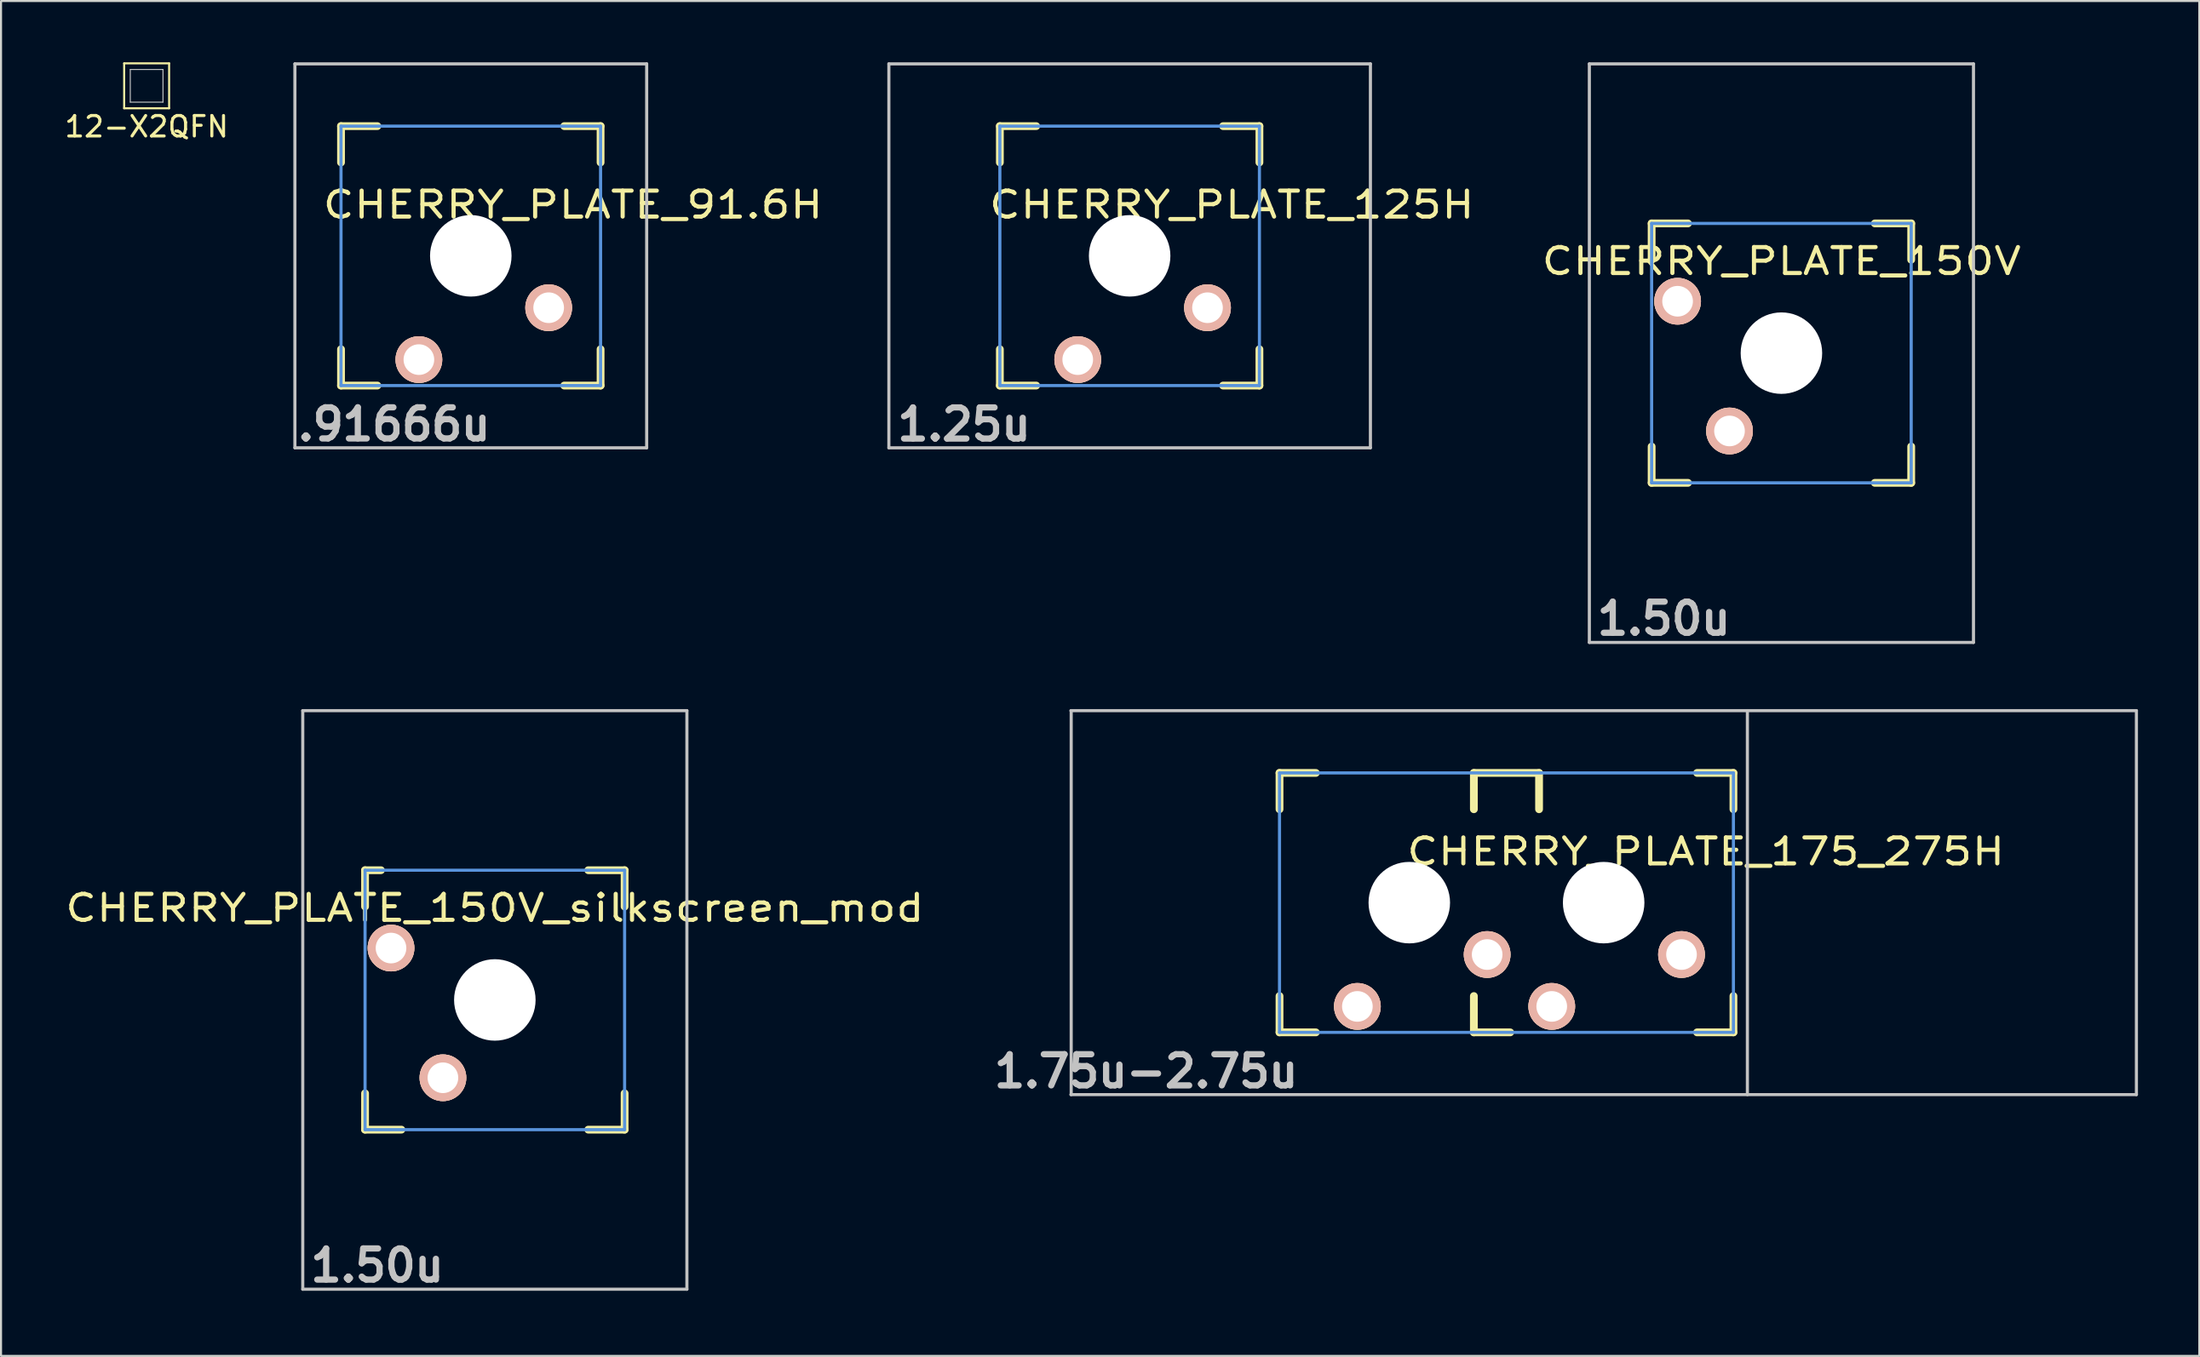
<source format=kicad_pcb>
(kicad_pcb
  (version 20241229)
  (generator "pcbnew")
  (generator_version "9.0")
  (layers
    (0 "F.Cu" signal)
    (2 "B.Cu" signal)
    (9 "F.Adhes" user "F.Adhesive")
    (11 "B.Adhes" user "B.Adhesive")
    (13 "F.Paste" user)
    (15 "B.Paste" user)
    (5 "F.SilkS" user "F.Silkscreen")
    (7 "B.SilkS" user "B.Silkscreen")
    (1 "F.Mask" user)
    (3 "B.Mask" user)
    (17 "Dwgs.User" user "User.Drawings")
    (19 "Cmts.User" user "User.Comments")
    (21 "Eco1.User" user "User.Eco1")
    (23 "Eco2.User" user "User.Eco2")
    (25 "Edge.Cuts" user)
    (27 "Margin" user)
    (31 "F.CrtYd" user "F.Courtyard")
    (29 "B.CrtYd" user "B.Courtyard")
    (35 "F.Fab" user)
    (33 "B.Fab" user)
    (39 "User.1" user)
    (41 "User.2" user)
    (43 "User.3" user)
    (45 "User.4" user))
  (footprint "CHERRY_PLATE_150V"
    (layer "F.Cu")
    (at 84.114 14.237)
    (property "Reference" "CHERRY_PLATE_150V" (at 0 -4.5 0) (layer "F.SilkS") (effects (font (size 1.27 1.524) (thickness 0.203))))
    (attr through_hole)
    (fp_line (start -6.35 -6.35) (end -4.572 -6.35) (stroke (width 0.381) (type solid)) (layer "F.SilkS"))
    (fp_line (start -6.35 -4.572) (end -6.35 -6.35) (stroke (width 0.381) (type solid)) (layer "F.SilkS"))
    (fp_line (start -6.35 6.35) (end -6.35 4.572) (stroke (width 0.381) (type solid)) (layer "F.SilkS"))
    (fp_line (start -4.572 6.35) (end -6.35 6.35) (stroke (width 0.381) (type solid)) (layer "F.SilkS"))
    (fp_line (start 4.572 -6.35) (end 6.35 -6.35) (stroke (width 0.381) (type solid)) (layer "F.SilkS"))
    (fp_line (start 6.35 -6.35) (end 6.35 -4.572) (stroke (width 0.381) (type solid)) (layer "F.SilkS"))
    (fp_line (start 6.35 4.572) (end 6.35 6.35) (stroke (width 0.381) (type solid)) (layer "F.SilkS"))
    (fp_line (start 6.35 6.35) (end 4.572 6.35) (stroke (width 0.381) (type solid)) (layer "F.SilkS"))
    (fp_line (start -9.398 -14.161) (end 9.398 -14.161) (stroke (width 0.152) (type solid)) (layer "Dwgs.User"))
    (fp_line (start -9.398 14.161) (end -9.398 -14.161) (stroke (width 0.152) (type solid)) (layer "Dwgs.User"))
    (fp_line (start 9.398 -14.161) (end 9.398 14.161) (stroke (width 0.152) (type solid)) (layer "Dwgs.User"))
    (fp_line (start 9.398 14.161) (end -9.398 14.161) (stroke (width 0.152) (type solid)) (layer "Dwgs.User"))
    (fp_line (start -6.35 -6.35) (end 6.35 -6.35) (stroke (width 0.152) (type solid)) (layer "Cmts.User"))
    (fp_line (start -6.35 6.35) (end -6.35 -6.35) (stroke (width 0.152) (type solid)) (layer "Cmts.User"))
    (fp_line (start 6.35 -6.35) (end 6.35 6.35) (stroke (width 0.152) (type solid)) (layer "Cmts.User"))
    (fp_line (start 6.35 6.35) (end -6.35 6.35) (stroke (width 0.152) (type solid)) (layer "Cmts.User"))
    (fp_text user "1.50u" (at -5.75 13 180) (layer "Dwgs.User") (effects (font (size 1.524 1.524) (thickness 0.305))))
    (pad "" np_thru_hole circle (at 0 0 90) (size 3.988 3.988) (drill 3.988) (layers "*.Cu"))
    (pad "1" thru_hole circle (at -5.08 -2.54 90) (size 2.286 2.286) (drill 1.499) (layers "*.Cu" "*.SilkS" "*.Mask"))
    (pad "2" thru_hole circle (at -2.54 3.81 90) (size 2.286 2.286) (drill 1.499) (layers "*.Cu" "*.SilkS" "*.Mask")))
  (footprint "CHERRY_PLATE_125H"
    (layer "F.Cu")
    (at 52.223 9.474)
    (property "Reference" "CHERRY_PLATE_125H" (at 5 -2.5 0) (layer "F.SilkS") (effects (font (size 1.27 1.524) (thickness 0.203))))
    (attr through_hole)
    (fp_line (start -6.35 -6.35) (end -4.572 -6.35) (stroke (width 0.381) (type solid)) (layer "F.SilkS"))
    (fp_line (start -6.35 -4.572) (end -6.35 -6.35) (stroke (width 0.381) (type solid)) (layer "F.SilkS"))
    (fp_line (start -6.35 6.35) (end -6.35 4.572) (stroke (width 0.381) (type solid)) (layer "F.SilkS"))
    (fp_line (start -4.572 6.35) (end -6.35 6.35) (stroke (width 0.381) (type solid)) (layer "F.SilkS"))
    (fp_line (start 4.572 -6.35) (end 6.35 -6.35) (stroke (width 0.381) (type solid)) (layer "F.SilkS"))
    (fp_line (start 6.35 -6.35) (end 6.35 -4.572) (stroke (width 0.381) (type solid)) (layer "F.SilkS"))
    (fp_line (start 6.35 4.572) (end 6.35 6.35) (stroke (width 0.381) (type solid)) (layer "F.SilkS"))
    (fp_line (start 6.35 6.35) (end 4.572 6.35) (stroke (width 0.381) (type solid)) (layer "F.SilkS"))
    (fp_line (start -11.781 -9.398) (end 11.781 -9.398) (stroke (width 0.152) (type solid)) (layer "Dwgs.User"))
    (fp_line (start -11.781 9.398) (end -11.781 -9.398) (stroke (width 0.152) (type solid)) (layer "Dwgs.User"))
    (fp_line (start 11.781 -9.398) (end 11.781 9.398) (stroke (width 0.152) (type solid)) (layer "Dwgs.User"))
    (fp_line (start 11.781 9.398) (end -11.781 9.398) (stroke (width 0.152) (type solid)) (layer "Dwgs.User"))
    (fp_line (start -6.35 -6.35) (end 6.35 -6.35) (stroke (width 0.152) (type solid)) (layer "Cmts.User"))
    (fp_line (start -6.35 6.35) (end -6.35 -6.35) (stroke (width 0.152) (type solid)) (layer "Cmts.User"))
    (fp_line (start 6.35 -6.35) (end 6.35 6.35) (stroke (width 0.152) (type solid)) (layer "Cmts.User"))
    (fp_line (start 6.35 6.35) (end -6.35 6.35) (stroke (width 0.152) (type solid)) (layer "Cmts.User"))
    (fp_text user "1.25u" (at -8.098 8.255 0) (layer "Dwgs.User") (effects (font (size 1.524 1.524) (thickness 0.305))))
    (pad "" np_thru_hole circle (at 0 0 180) (size 3.988 3.988) (drill 3.988) (layers "*.Cu"))
    (pad "1" thru_hole circle (at -2.54 5.08 180) (size 2.286 2.286) (drill 1.499) (layers "*.Cu" "*.SilkS" "*.Mask"))
    (pad "2" thru_hole circle (at 3.81 2.54 180) (size 2.286 2.286) (drill 1.499) (layers "*.Cu" "*.SilkS" "*.Mask")))
  (footprint "12-X2QFN"
    (layer "F.Cu")
    (at 4.125 1.15)
    (property "Reference" "12-X2QFN" (at 0 2 0) (layer "F.SilkS") (effects (font (size 1 1) (thickness 0.15))))
    (attr through_hole)
    (fp_line (start -1.1 -1.1) (end -1.1 1.1) (stroke (width 0.1) (type solid)) (layer "F.SilkS"))
    (fp_line (start -1.1 -1.1) (end 1.1 -1.1) (stroke (width 0.1) (type solid)) (layer "F.SilkS"))
    (fp_line (start -1.1 1.1) (end 1.1 1.1) (stroke (width 0.1) (type solid)) (layer "F.SilkS"))
    (fp_line (start 1.1 1.1) (end 1.1 -1.1) (stroke (width 0.1) (type solid)) (layer "F.SilkS"))
    (fp_line (start -0.8 -0.8) (end -0.8 0.8) (stroke (width 0.05) (type solid)) (layer "Dwgs.User"))
    (fp_line (start -0.8 0.8) (end 0.8 0.8) (stroke (width 0.05) (type solid)) (layer "Dwgs.User"))
    (fp_line (start 0.8 -0.8) (end -0.8 -0.8) (stroke (width 0.05) (type solid)) (layer "Dwgs.User"))
    (fp_line (start 0.8 0.8) (end 0.8 -0.8) (stroke (width 0.05) (type solid)) (layer "Dwgs.User")))
  (footprint "CHERRY_PLATE_175_275H"
    (layer "F.Cu")
    (at 75.416 41.137)
    (property "Reference" "CHERRY_PLATE_175_275H" (at 5 -2.5 0) (layer "F.SilkS") (effects (font (size 1.27 1.524) (thickness 0.203))))
    (attr through_hole)
    (fp_line (start -15.86 -6.35) (end -14.082 -6.35) (stroke (width 0.381) (type solid)) (layer "F.SilkS"))
    (fp_line (start -15.86 -4.572) (end -15.86 -6.35) (stroke (width 0.381) (type solid)) (layer "F.SilkS"))
    (fp_line (start -15.86 6.35) (end -15.86 4.572) (stroke (width 0.381) (type solid)) (layer "F.SilkS"))
    (fp_line (start -15.86 6.35) (end -14.082 6.35) (stroke (width 0.381) (type solid)) (layer "F.SilkS"))
    (fp_line (start -6.35 -6.35) (end -3.16 -6.35) (stroke (width 0.381) (type solid)) (layer "F.SilkS"))
    (fp_line (start -6.35 -4.572) (end -6.35 -6.35) (stroke (width 0.381) (type solid)) (layer "F.SilkS"))
    (fp_line (start -6.35 6.35) (end -6.35 4.572) (stroke (width 0.381) (type solid)) (layer "F.SilkS"))
    (fp_line (start -4.572 6.35) (end -6.35 6.35) (stroke (width 0.381) (type solid)) (layer "F.SilkS"))
    (fp_line (start -3.16 -6.35) (end -3.16 -4.572) (stroke (width 0.381) (type solid)) (layer "F.SilkS"))
    (fp_line (start 4.572 -6.35) (end 6.35 -6.35) (stroke (width 0.381) (type solid)) (layer "F.SilkS"))
    (fp_line (start 6.35 -6.35) (end 6.35 -4.572) (stroke (width 0.381) (type solid)) (layer "F.SilkS"))
    (fp_line (start 6.35 4.572) (end 6.35 6.35) (stroke (width 0.381) (type solid)) (layer "F.SilkS"))
    (fp_line (start 6.35 6.35) (end 4.572 6.35) (stroke (width 0.381) (type solid)) (layer "F.SilkS"))
    (fp_line (start -26.068 -9.398) (end 26.068 -9.398) (stroke (width 0.152) (type solid)) (layer "Dwgs.User"))
    (fp_line (start -26.053 9.398) (end -26.053 -9.398) (stroke (width 0.152) (type solid)) (layer "Dwgs.User"))
    (fp_line (start 7.033 -9.398) (end 7.033 9.398) (stroke (width 0.152) (type solid)) (layer "Dwgs.User"))
    (fp_line (start 26.068 -9.398) (end 26.068 9.398) (stroke (width 0.152) (type solid)) (layer "Dwgs.User"))
    (fp_line (start 26.068 9.398) (end -26.068 9.398) (stroke (width 0.152) (type solid)) (layer "Dwgs.User"))
    (fp_line (start -15.86 -6.35) (end 6.35 -6.35) (stroke (width 0.152) (type solid)) (layer "Cmts.User"))
    (fp_line (start -15.86 6.35) (end -15.86 -6.35) (stroke (width 0.152) (type solid)) (layer "Cmts.User"))
    (fp_line (start 6.35 -6.35) (end 6.35 6.35) (stroke (width 0.152) (type solid)) (layer "Cmts.User"))
    (fp_line (start 6.35 6.35) (end -15.86 6.35) (stroke (width 0.152) (type solid)) (layer "Cmts.User"))
    (fp_text user "1.75u-2.75u" (at -22.385 8.255 0) (layer "Dwgs.User") (effects (font (size 1.524 1.524) (thickness 0.305))))
    (pad "" np_thru_hole circle (at -9.51 0 180) (size 3.988 3.988) (drill 3.988) (layers "*.Cu"))
    (pad "" np_thru_hole circle (at 0 0 180) (size 3.988 3.988) (drill 3.988) (layers "*.Cu"))
    (pad "1" thru_hole circle (at -12.05 5.08 180) (size 2.286 2.286) (drill 1.499) (layers "*.Cu" "*.SilkS" "*.Mask"))
    (pad "1" thru_hole circle (at -2.54 5.08 180) (size 2.286 2.286) (drill 1.499) (layers "*.Cu" "*.SilkS" "*.Mask"))
    (pad "2" thru_hole circle (at -5.7 2.54 180) (size 2.286 2.286) (drill 1.499) (layers "*.Cu" "*.SilkS" "*.Mask"))
    (pad "2" thru_hole circle (at 3.81 2.54 180) (size 2.286 2.286) (drill 1.499) (layers "*.Cu" "*.SilkS" "*.Mask")))
  (footprint "CHERRY_PLATE_150V_silkscreen_mod"
    (layer "F.Cu")
    (at 21.162 45.9)
    (property "Reference" "CHERRY_PLATE_150V_silkscreen_mod" (at 0 -4.5 0) (layer "F.SilkS") (effects (font (size 1.27 1.524) (thickness 0.203))))
    (attr through_hole)
    (fp_line (start -6.35 -6.35) (end -5.572 -6.35) (stroke (width 0.381) (type solid)) (layer "F.SilkS"))
    (fp_line (start -6.35 -4.572) (end -6.35 -6.35) (stroke (width 0.381) (type solid)) (layer "F.SilkS"))
    (fp_line (start -6.35 6.35) (end -6.35 4.572) (stroke (width 0.381) (type solid)) (layer "F.SilkS"))
    (fp_line (start -4.572 6.35) (end -6.35 6.35) (stroke (width 0.381) (type solid)) (layer "F.SilkS"))
    (fp_line (start 4.572 -6.35) (end 6.35 -6.35) (stroke (width 0.381) (type solid)) (layer "F.SilkS"))
    (fp_line (start 6.35 -6.35) (end 6.35 -4.572) (stroke (width 0.381) (type solid)) (layer "F.SilkS"))
    (fp_line (start 6.35 4.572) (end 6.35 6.35) (stroke (width 0.381) (type solid)) (layer "F.SilkS"))
    (fp_line (start 6.35 6.35) (end 4.572 6.35) (stroke (width 0.381) (type solid)) (layer "F.SilkS"))
    (fp_line (start -9.398 -14.161) (end 9.398 -14.161) (stroke (width 0.152) (type solid)) (layer "Dwgs.User"))
    (fp_line (start -9.398 14.161) (end -9.398 -14.161) (stroke (width 0.152) (type solid)) (layer "Dwgs.User"))
    (fp_line (start 9.398 -14.161) (end 9.398 14.161) (stroke (width 0.152) (type solid)) (layer "Dwgs.User"))
    (fp_line (start 9.398 14.161) (end -9.398 14.161) (stroke (width 0.152) (type solid)) (layer "Dwgs.User"))
    (fp_line (start -6.35 -6.35) (end 6.35 -6.35) (stroke (width 0.152) (type solid)) (layer "Cmts.User"))
    (fp_line (start -6.35 6.35) (end -6.35 -6.35) (stroke (width 0.152) (type solid)) (layer "Cmts.User"))
    (fp_line (start 6.35 -6.35) (end 6.35 6.35) (stroke (width 0.152) (type solid)) (layer "Cmts.User"))
    (fp_line (start 6.35 6.35) (end -6.35 6.35) (stroke (width 0.152) (type solid)) (layer "Cmts.User"))
    (fp_text user "1.50u" (at -5.75 13 180) (layer "Dwgs.User") (effects (font (size 1.524 1.524) (thickness 0.305))))
    (pad "" np_thru_hole circle (at 0 0 90) (size 3.988 3.988) (drill 3.988) (layers "*.Cu"))
    (pad "1" thru_hole circle (at -5.08 -2.54 90) (size 2.286 2.286) (drill 1.499) (layers "*.Cu" "*.SilkS" "*.Mask"))
    (pad "2" thru_hole circle (at -2.54 3.81 90) (size 2.286 2.286) (drill 1.499) (layers "*.Cu" "*.SilkS" "*.Mask")))
  (footprint "CHERRY_PLATE_91.6H"
    (layer "F.Cu")
    (at 19.986 9.474)
    (property "Reference" "CHERRY_PLATE_91.6H" (at 5 -2.5 180) (layer "F.SilkS") (effects (font (size 1.27 1.524) (thickness 0.203))))
    (attr through_hole)
    (fp_line (start -6.35 -6.35) (end -4.572 -6.35) (stroke (width 0.381) (type solid)) (layer "F.SilkS"))
    (fp_line (start -6.35 -4.572) (end -6.35 -6.35) (stroke (width 0.381) (type solid)) (layer "F.SilkS"))
    (fp_line (start -6.35 6.35) (end -6.35 4.572) (stroke (width 0.381) (type solid)) (layer "F.SilkS"))
    (fp_line (start -4.572 6.35) (end -6.35 6.35) (stroke (width 0.381) (type solid)) (layer "F.SilkS"))
    (fp_line (start 4.572 -6.35) (end 6.35 -6.35) (stroke (width 0.381) (type solid)) (layer "F.SilkS"))
    (fp_line (start 6.35 -6.35) (end 6.35 -4.572) (stroke (width 0.381) (type solid)) (layer "F.SilkS"))
    (fp_line (start 6.35 4.572) (end 6.35 6.35) (stroke (width 0.381) (type solid)) (layer "F.SilkS"))
    (fp_line (start 6.35 6.35) (end 4.572 6.35) (stroke (width 0.381) (type solid)) (layer "F.SilkS"))
    (fp_line (start -8.606 -9.398) (end 8.606 -9.398) (stroke (width 0.152) (type solid)) (layer "Dwgs.User"))
    (fp_line (start -8.606 9.398) (end -8.606 -9.398) (stroke (width 0.152) (type solid)) (layer "Dwgs.User"))
    (fp_line (start 8.606 -9.398) (end 8.606 9.398) (stroke (width 0.152) (type solid)) (layer "Dwgs.User"))
    (fp_line (start 8.606 9.398) (end -8.606 9.398) (stroke (width 0.152) (type solid)) (layer "Dwgs.User"))
    (fp_line (start -6.35 -6.35) (end 6.35 -6.35) (stroke (width 0.152) (type solid)) (layer "Cmts.User"))
    (fp_line (start -6.35 6.35) (end -6.35 -6.35) (stroke (width 0.152) (type solid)) (layer "Cmts.User"))
    (fp_line (start 6.35 -6.35) (end 6.35 6.35) (stroke (width 0.152) (type solid)) (layer "Cmts.User"))
    (fp_line (start 6.35 6.35) (end -6.35 6.35) (stroke (width 0.152) (type solid)) (layer "Cmts.User"))
    (fp_text user ".91666u" (at -3.75 8.25 0) (layer "Dwgs.User") (effects (font (size 1.524 1.524) (thickness 0.305))))
    (pad "" np_thru_hole circle (at 0 0 180) (size 3.988 3.988) (drill 3.988) (layers "*.Cu"))
    (pad "1" thru_hole circle (at -2.54 5.08 180) (size 2.286 2.286) (drill 1.499) (layers "*.Cu" "*.SilkS" "*.Mask"))
    (pad "2" thru_hole circle (at 3.81 2.54 180) (size 2.286 2.286) (drill 1.499) (layers "*.Cu" "*.SilkS" "*.Mask")))
  (gr_rect
    (start -3 -3)
    (end 104.56 63.326)
    (stroke (width 0.1) (type default))
    (fill no)
    (layer "Edge.Cuts")))
</source>
